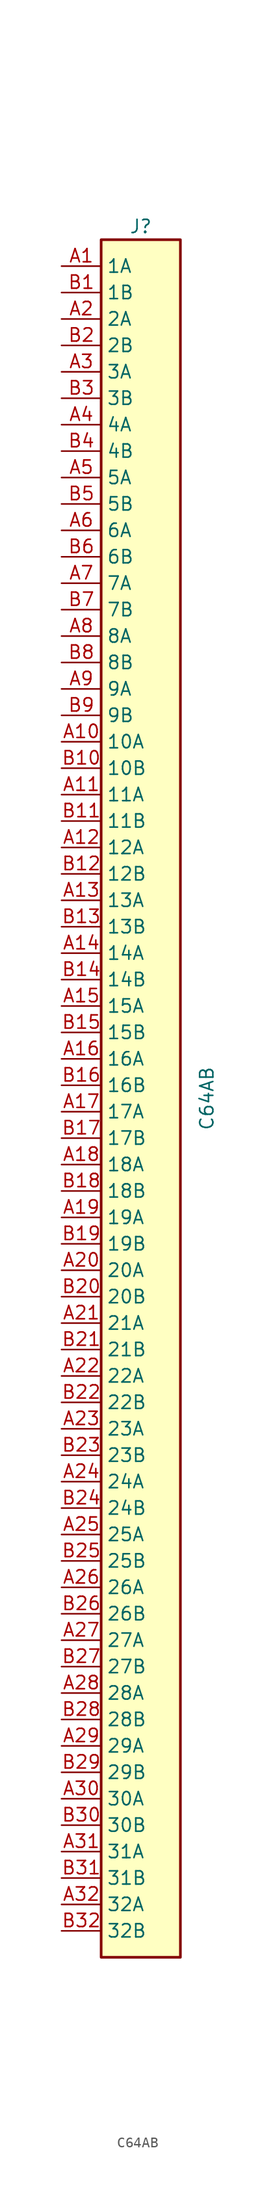
<source format=kicad_sym>
(kicad_symbol_lib
  (version 20210619)
  (generator kicad_symbol_editor)
  (symbol "Connector:C64AB"
    (property "Reference" "J"
      (at 0 85.09 0)
      (effects (font (size 1.27 1.27))))
    (property "Value" "C64AB"
      (at 6.35 1.27 90)
      (effects (font (size 1.27 1.27))))
    (symbol "C64AB_0_1"
      (rectangle (start -3.81 -81.28) (end 3.81 83.82) (stroke (width 0.254)) (fill (type background))))
    (symbol "C64AB_1_1"
      (pin passive line (at -7.62 81.28 0) (length 3.81) (name "1A" (effects (font (size 1.27 1.27)))) (number "A1" (effects (font (size 1.27 1.27)))))
      (pin passive line (at -7.62 35.56 0) (length 3.81) (name "10A" (effects (font (size 1.27 1.27)))) (number "A10" (effects (font (size 1.27 1.27)))))
      (pin passive line (at -7.62 30.48 0) (length 3.81) (name "11A" (effects (font (size 1.27 1.27)))) (number "A11" (effects (font (size 1.27 1.27)))))
      (pin passive line (at -7.62 25.4 0) (length 3.81) (name "12A" (effects (font (size 1.27 1.27)))) (number "A12" (effects (font (size 1.27 1.27)))))
      (pin passive line (at -7.62 20.32 0) (length 3.81) (name "13A" (effects (font (size 1.27 1.27)))) (number "A13" (effects (font (size 1.27 1.27)))))
      (pin passive line (at -7.62 15.24 0) (length 3.81) (name "14A" (effects (font (size 1.27 1.27)))) (number "A14" (effects (font (size 1.27 1.27)))))
      (pin passive line (at -7.62 10.16 0) (length 3.81) (name "15A" (effects (font (size 1.27 1.27)))) (number "A15" (effects (font (size 1.27 1.27)))))
      (pin passive line (at -7.62 5.08 0) (length 3.81) (name "16A" (effects (font (size 1.27 1.27)))) (number "A16" (effects (font (size 1.27 1.27)))))
      (pin passive line (at -7.62 0 0) (length 3.81) (name "17A" (effects (font (size 1.27 1.27)))) (number "A17" (effects (font (size 1.27 1.27)))))
      (pin passive line (at -7.62 -5.08 0) (length 3.81) (name "18A" (effects (font (size 1.27 1.27)))) (number "A18" (effects (font (size 1.27 1.27)))))
      (pin passive line (at -7.62 -10.16 0) (length 3.81) (name "19A" (effects (font (size 1.27 1.27)))) (number "A19" (effects (font (size 1.27 1.27)))))
      (pin passive line (at -7.62 76.2 0) (length 3.81) (name "2A" (effects (font (size 1.27 1.27)))) (number "A2" (effects (font (size 1.27 1.27)))))
      (pin passive line (at -7.62 -15.24 0) (length 3.81) (name "20A" (effects (font (size 1.27 1.27)))) (number "A20" (effects (font (size 1.27 1.27)))))
      (pin passive line (at -7.62 -20.32 0) (length 3.81) (name "21A" (effects (font (size 1.27 1.27)))) (number "A21" (effects (font (size 1.27 1.27)))))
      (pin passive line (at -7.62 -25.4 0) (length 3.81) (name "22A" (effects (font (size 1.27 1.27)))) (number "A22" (effects (font (size 1.27 1.27)))))
      (pin passive line (at -7.62 -30.48 0) (length 3.81) (name "23A" (effects (font (size 1.27 1.27)))) (number "A23" (effects (font (size 1.27 1.27)))))
      (pin passive line (at -7.62 -35.56 0) (length 3.81) (name "24A" (effects (font (size 1.27 1.27)))) (number "A24" (effects (font (size 1.27 1.27)))))
      (pin passive line (at -7.62 -40.64 0) (length 3.81) (name "25A" (effects (font (size 1.27 1.27)))) (number "A25" (effects (font (size 1.27 1.27)))))
      (pin passive line (at -7.62 -45.72 0) (length 3.81) (name "26A" (effects (font (size 1.27 1.27)))) (number "A26" (effects (font (size 1.27 1.27)))))
      (pin passive line (at -7.62 -50.8 0) (length 3.81) (name "27A" (effects (font (size 1.27 1.27)))) (number "A27" (effects (font (size 1.27 1.27)))))
      (pin passive line (at -7.62 -55.88 0) (length 3.81) (name "28A" (effects (font (size 1.27 1.27)))) (number "A28" (effects (font (size 1.27 1.27)))))
      (pin passive line (at -7.62 -60.96 0) (length 3.81) (name "29A" (effects (font (size 1.27 1.27)))) (number "A29" (effects (font (size 1.27 1.27)))))
      (pin passive line (at -7.62 71.12 0) (length 3.81) (name "3A" (effects (font (size 1.27 1.27)))) (number "A3" (effects (font (size 1.27 1.27)))))
      (pin passive line (at -7.62 -66.04 0) (length 3.81) (name "30A" (effects (font (size 1.27 1.27)))) (number "A30" (effects (font (size 1.27 1.27)))))
      (pin passive line (at -7.62 -71.12 0) (length 3.81) (name "31A" (effects (font (size 1.27 1.27)))) (number "A31" (effects (font (size 1.27 1.27)))))
      (pin passive line (at -7.62 -76.2 0) (length 3.81) (name "32A" (effects (font (size 1.27 1.27)))) (number "A32" (effects (font (size 1.27 1.27)))))
      (pin passive line (at -7.62 66.04 0) (length 3.81) (name "4A" (effects (font (size 1.27 1.27)))) (number "A4" (effects (font (size 1.27 1.27)))))
      (pin passive line (at -7.62 60.96 0) (length 3.81) (name "5A" (effects (font (size 1.27 1.27)))) (number "A5" (effects (font (size 1.27 1.27)))))
      (pin passive line (at -7.62 55.88 0) (length 3.81) (name "6A" (effects (font (size 1.27 1.27)))) (number "A6" (effects (font (size 1.27 1.27)))))
      (pin passive line (at -7.62 50.8 0) (length 3.81) (name "7A" (effects (font (size 1.27 1.27)))) (number "A7" (effects (font (size 1.27 1.27)))))
      (pin passive line (at -7.62 45.72 0) (length 3.81) (name "8A" (effects (font (size 1.27 1.27)))) (number "A8" (effects (font (size 1.27 1.27)))))
      (pin passive line (at -7.62 40.64 0) (length 3.81) (name "9A" (effects (font (size 1.27 1.27)))) (number "A9" (effects (font (size 1.27 1.27)))))
      (pin passive line (at -7.62 78.74 0) (length 3.81) (name "1B" (effects (font (size 1.27 1.27)))) (number "B1" (effects (font (size 1.27 1.27)))))
      (pin passive line (at -7.62 33.02 0) (length 3.81) (name "10B" (effects (font (size 1.27 1.27)))) (number "B10" (effects (font (size 1.27 1.27)))))
      (pin passive line (at -7.62 27.94 0) (length 3.81) (name "11B" (effects (font (size 1.27 1.27)))) (number "B11" (effects (font (size 1.27 1.27)))))
      (pin passive line (at -7.62 22.86 0) (length 3.81) (name "12B" (effects (font (size 1.27 1.27)))) (number "B12" (effects (font (size 1.27 1.27)))))
      (pin passive line (at -7.62 17.78 0) (length 3.81) (name "13B" (effects (font (size 1.27 1.27)))) (number "B13" (effects (font (size 1.27 1.27)))))
      (pin passive line (at -7.62 12.7 0) (length 3.81) (name "14B" (effects (font (size 1.27 1.27)))) (number "B14" (effects (font (size 1.27 1.27)))))
      (pin passive line (at -7.62 7.62 0) (length 3.81) (name "15B" (effects (font (size 1.27 1.27)))) (number "B15" (effects (font (size 1.27 1.27)))))
      (pin passive line (at -7.62 2.54 0) (length 3.81) (name "16B" (effects (font (size 1.27 1.27)))) (number "B16" (effects (font (size 1.27 1.27)))))
      (pin passive line (at -7.62 -2.54 0) (length 3.81) (name "17B" (effects (font (size 1.27 1.27)))) (number "B17" (effects (font (size 1.27 1.27)))))
      (pin passive line (at -7.62 -7.62 0) (length 3.81) (name "18B" (effects (font (size 1.27 1.27)))) (number "B18" (effects (font (size 1.27 1.27)))))
      (pin passive line (at -7.62 -12.7 0) (length 3.81) (name "19B" (effects (font (size 1.27 1.27)))) (number "B19" (effects (font (size 1.27 1.27)))))
      (pin passive line (at -7.62 73.66 0) (length 3.81) (name "2B" (effects (font (size 1.27 1.27)))) (number "B2" (effects (font (size 1.27 1.27)))))
      (pin passive line (at -7.62 -17.78 0) (length 3.81) (name "20B" (effects (font (size 1.27 1.27)))) (number "B20" (effects (font (size 1.27 1.27)))))
      (pin passive line (at -7.62 -22.86 0) (length 3.81) (name "21B" (effects (font (size 1.27 1.27)))) (number "B21" (effects (font (size 1.27 1.27)))))
      (pin passive line (at -7.62 -27.94 0) (length 3.81) (name "22B" (effects (font (size 1.27 1.27)))) (number "B22" (effects (font (size 1.27 1.27)))))
      (pin passive line (at -7.62 -33.02 0) (length 3.81) (name "23B" (effects (font (size 1.27 1.27)))) (number "B23" (effects (font (size 1.27 1.27)))))
      (pin passive line (at -7.62 -38.1 0) (length 3.81) (name "24B" (effects (font (size 1.27 1.27)))) (number "B24" (effects (font (size 1.27 1.27)))))
      (pin passive line (at -7.62 -43.18 0) (length 3.81) (name "25B" (effects (font (size 1.27 1.27)))) (number "B25" (effects (font (size 1.27 1.27)))))
      (pin passive line (at -7.62 -48.26 0) (length 3.81) (name "26B" (effects (font (size 1.27 1.27)))) (number "B26" (effects (font (size 1.27 1.27)))))
      (pin passive line (at -7.62 -53.34 0) (length 3.81) (name "27B" (effects (font (size 1.27 1.27)))) (number "B27" (effects (font (size 1.27 1.27)))))
      (pin passive line (at -7.62 -58.42 0) (length 3.81) (name "28B" (effects (font (size 1.27 1.27)))) (number "B28" (effects (font (size 1.27 1.27)))))
      (pin passive line (at -7.62 -63.5 0) (length 3.81) (name "29B" (effects (font (size 1.27 1.27)))) (number "B29" (effects (font (size 1.27 1.27)))))
      (pin passive line (at -7.62 68.58 0) (length 3.81) (name "3B" (effects (font (size 1.27 1.27)))) (number "B3" (effects (font (size 1.27 1.27)))))
      (pin passive line (at -7.62 -68.58 0) (length 3.81) (name "30B" (effects (font (size 1.27 1.27)))) (number "B30" (effects (font (size 1.27 1.27)))))
      (pin passive line (at -7.62 -73.66 0) (length 3.81) (name "31B" (effects (font (size 1.27 1.27)))) (number "B31" (effects (font (size 1.27 1.27)))))
      (pin passive line (at -7.62 -78.74 0) (length 3.81) (name "32B" (effects (font (size 1.27 1.27)))) (number "B32" (effects (font (size 1.27 1.27)))))
      (pin passive line (at -7.62 63.5 0) (length 3.81) (name "4B" (effects (font (size 1.27 1.27)))) (number "B4" (effects (font (size 1.27 1.27)))))
      (pin passive line (at -7.62 58.42 0) (length 3.81) (name "5B" (effects (font (size 1.27 1.27)))) (number "B5" (effects (font (size 1.27 1.27)))))
      (pin passive line (at -7.62 53.34 0) (length 3.81) (name "6B" (effects (font (size 1.27 1.27)))) (number "B6" (effects (font (size 1.27 1.27)))))
      (pin passive line (at -7.62 48.26 0) (length 3.81) (name "7B" (effects (font (size 1.27 1.27)))) (number "B7" (effects (font (size 1.27 1.27)))))
      (pin passive line (at -7.62 43.18 0) (length 3.81) (name "8B" (effects (font (size 1.27 1.27)))) (number "B8" (effects (font (size 1.27 1.27)))))
      (pin passive line (at -7.62 38.1 0) (length 3.81) (name "9B" (effects (font (size 1.27 1.27)))) (number "B9" (effects (font (size 1.27 1.27))))))))
</source>
